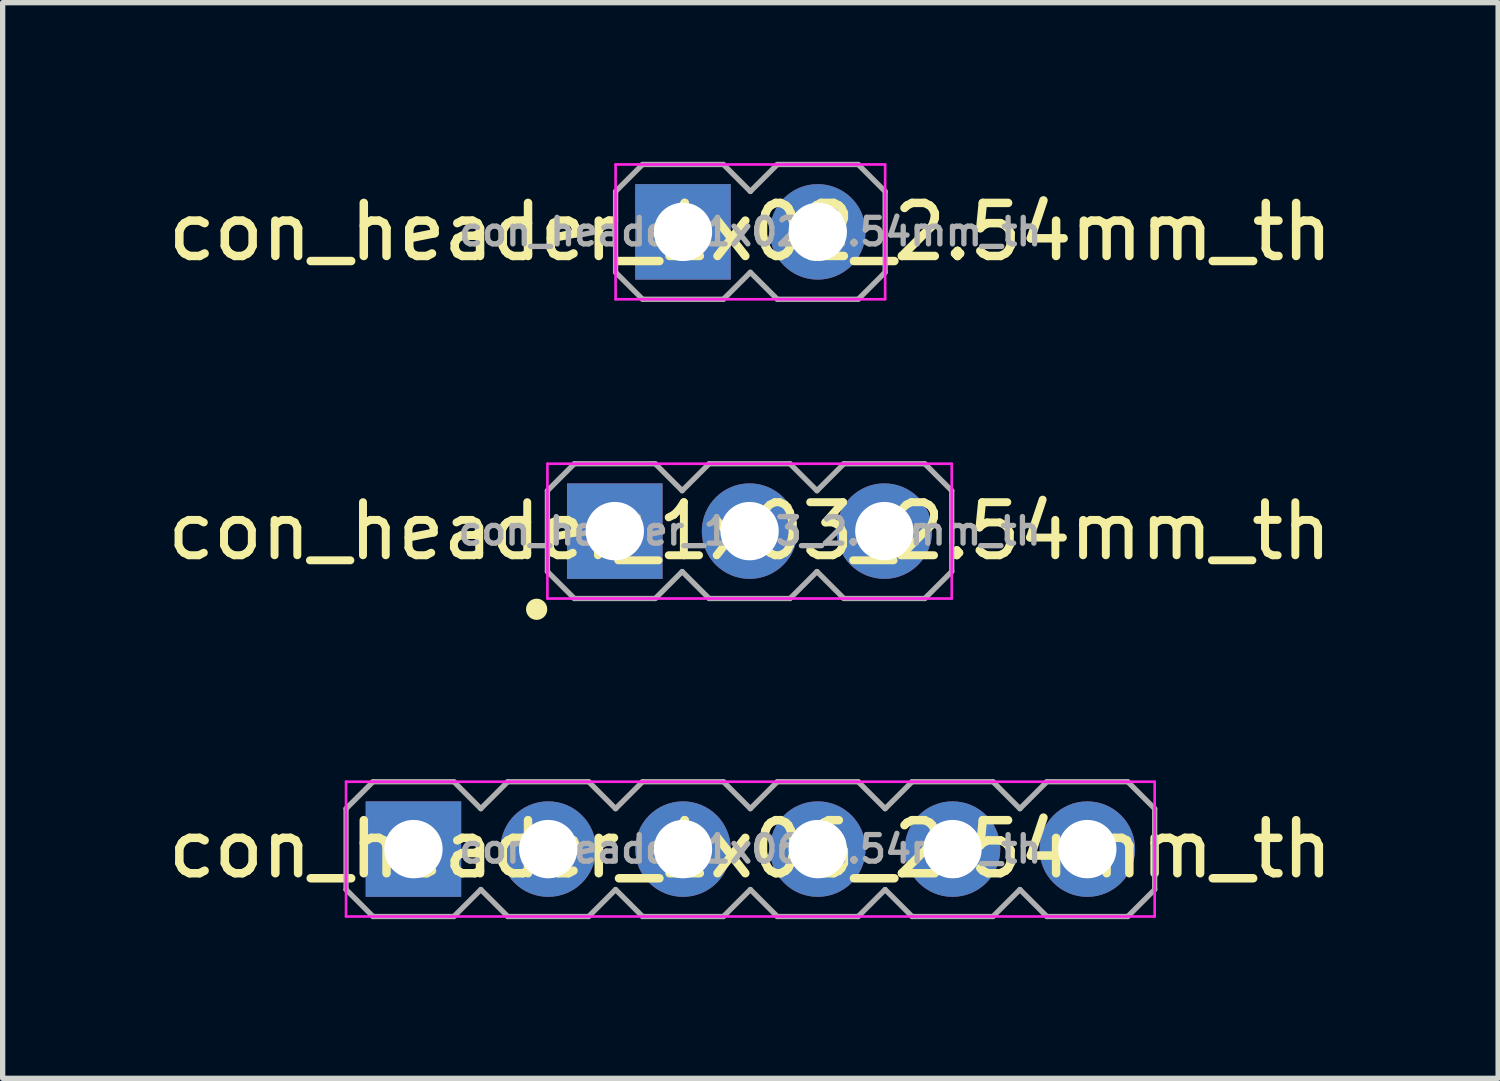
<source format=kicad_pcb>
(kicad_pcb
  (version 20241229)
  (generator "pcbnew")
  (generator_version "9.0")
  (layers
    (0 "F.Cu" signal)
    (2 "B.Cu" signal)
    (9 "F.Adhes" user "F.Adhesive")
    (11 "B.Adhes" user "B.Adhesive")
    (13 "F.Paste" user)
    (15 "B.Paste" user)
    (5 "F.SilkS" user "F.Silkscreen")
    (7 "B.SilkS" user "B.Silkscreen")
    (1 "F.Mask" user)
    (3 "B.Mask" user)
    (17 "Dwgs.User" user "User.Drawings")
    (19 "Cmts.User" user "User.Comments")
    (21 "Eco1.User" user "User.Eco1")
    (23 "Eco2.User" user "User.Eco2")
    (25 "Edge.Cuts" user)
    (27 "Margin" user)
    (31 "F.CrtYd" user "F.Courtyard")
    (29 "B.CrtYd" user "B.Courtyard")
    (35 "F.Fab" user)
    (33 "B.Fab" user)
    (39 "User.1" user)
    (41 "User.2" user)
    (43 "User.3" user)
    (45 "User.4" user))
  (footprint "con_header_1x06_2.54mm_th"
    (layer "F.Cu")
    (at 4.742 12.953)
    (property "Reference" "con_header_1x06_2.54mm_th" (at 6.35 0 0) (layer "F.SilkS") (effects (font (size 1 1) (thickness 0.16))))
    (attr through_hole exclude_from_pos_files)
    (fp_line (start -1.27 -1.27) (end -1.27 1.27) (stroke (width 0.05) (type solid)) (layer "F.CrtYd"))
    (fp_line (start -1.27 -1.27) (end 13.97 -1.27) (stroke (width 0.05) (type solid)) (layer "F.CrtYd"))
    (fp_line (start 13.97 -1.27) (end 13.97 1.27) (stroke (width 0.05) (type solid)) (layer "F.CrtYd"))
    (fp_line (start 13.97 1.27) (end -1.27 1.27) (stroke (width 0.05) (type solid)) (layer "F.CrtYd"))
    (fp_line (start -1.27 0.762) (end -1.27 -0.762) (stroke (width 0.1) (type solid)) (layer "F.Fab"))
    (fp_line (start -1.27 0.762) (end -0.762 1.27) (stroke (width 0.1) (type solid)) (layer "F.Fab"))
    (fp_line (start -0.762 -1.27) (end -1.27 -0.762) (stroke (width 0.1) (type solid)) (layer "F.Fab"))
    (fp_line (start -0.762 -1.27) (end 0.762 -1.27) (stroke (width 0.1) (type solid)) (layer "F.Fab"))
    (fp_line (start 0.762 1.27) (end -0.762 1.27) (stroke (width 0.1) (type solid)) (layer "F.Fab"))
    (fp_line (start 1.27 -0.762) (end 0.762 -1.27) (stroke (width 0.1) (type solid)) (layer "F.Fab"))
    (fp_line (start 1.27 -0.762) (end 1.778 -1.27) (stroke (width 0.1) (type solid)) (layer "F.Fab"))
    (fp_line (start 1.27 0.762) (end 0.762 1.27) (stroke (width 0.1) (type solid)) (layer "F.Fab"))
    (fp_line (start 1.27 0.762) (end 1.778 1.27) (stroke (width 0.1) (type solid)) (layer "F.Fab"))
    (fp_line (start 1.778 -1.27) (end 3.302 -1.27) (stroke (width 0.1) (type solid)) (layer "F.Fab"))
    (fp_line (start 3.302 1.27) (end 1.778 1.27) (stroke (width 0.1) (type solid)) (layer "F.Fab"))
    (fp_line (start 3.302 1.27) (end 3.81 0.762) (stroke (width 0.1) (type solid)) (layer "F.Fab"))
    (fp_line (start 3.81 -0.762) (end 3.302 -1.27) (stroke (width 0.1) (type solid)) (layer "F.Fab"))
    (fp_line (start 3.81 -0.762) (end 4.318 -1.27) (stroke (width 0.1) (type solid)) (layer "F.Fab"))
    (fp_line (start 3.81 0.762) (end 4.318 1.27) (stroke (width 0.1) (type solid)) (layer "F.Fab"))
    (fp_line (start 4.318 -1.27) (end 5.842 -1.27) (stroke (width 0.1) (type solid)) (layer "F.Fab"))
    (fp_line (start 5.842 1.27) (end 4.318 1.27) (stroke (width 0.1) (type solid)) (layer "F.Fab"))
    (fp_line (start 5.842 1.27) (end 6.35 0.762) (stroke (width 0.1) (type solid)) (layer "F.Fab"))
    (fp_line (start 6.35 -0.762) (end 5.842 -1.27) (stroke (width 0.1) (type solid)) (layer "F.Fab"))
    (fp_line (start 6.35 -0.762) (end 6.858 -1.27) (stroke (width 0.1) (type solid)) (layer "F.Fab"))
    (fp_line (start 6.35 0.762) (end 6.858 1.27) (stroke (width 0.1) (type solid)) (layer "F.Fab"))
    (fp_line (start 8.382 -1.27) (end 6.858 -1.27) (stroke (width 0.1) (type solid)) (layer "F.Fab"))
    (fp_line (start 8.382 -1.27) (end 8.89 -0.762) (stroke (width 0.1) (type solid)) (layer "F.Fab"))
    (fp_line (start 8.382 1.27) (end 6.858 1.27) (stroke (width 0.1) (type solid)) (layer "F.Fab"))
    (fp_line (start 8.382 1.27) (end 8.89 0.762) (stroke (width 0.1) (type solid)) (layer "F.Fab"))
    (fp_line (start 8.89 -0.762) (end 9.398 -1.27) (stroke (width 0.1) (type solid)) (layer "F.Fab"))
    (fp_line (start 8.89 0.762) (end 9.398 1.27) (stroke (width 0.1) (type solid)) (layer "F.Fab"))
    (fp_line (start 10.922 -1.27) (end 9.398 -1.27) (stroke (width 0.1) (type solid)) (layer "F.Fab"))
    (fp_line (start 10.922 -1.27) (end 11.43 -0.762) (stroke (width 0.1) (type solid)) (layer "F.Fab"))
    (fp_line (start 10.922 1.27) (end 9.398 1.27) (stroke (width 0.1) (type solid)) (layer "F.Fab"))
    (fp_line (start 10.922 1.27) (end 11.43 0.762) (stroke (width 0.1) (type solid)) (layer "F.Fab"))
    (fp_line (start 11.43 -0.762) (end 11.938 -1.27) (stroke (width 0.1) (type solid)) (layer "F.Fab"))
    (fp_line (start 11.43 0.762) (end 11.938 1.27) (stroke (width 0.1) (type solid)) (layer "F.Fab"))
    (fp_line (start 13.462 -1.27) (end 11.938 -1.27) (stroke (width 0.1) (type solid)) (layer "F.Fab"))
    (fp_line (start 13.462 -1.27) (end 13.97 -0.762) (stroke (width 0.1) (type solid)) (layer "F.Fab"))
    (fp_line (start 13.462 1.27) (end 11.938 1.27) (stroke (width 0.1) (type solid)) (layer "F.Fab"))
    (fp_line (start 13.462 1.27) (end 13.97 0.762) (stroke (width 0.1) (type solid)) (layer "F.Fab"))
    (fp_line (start 13.97 0.762) (end 13.97 -0.762) (stroke (width 0.1) (type solid)) (layer "F.Fab"))
    (fp_text user "${REFERENCE}" (at 6.35 0 0) (layer "F.Fab") (effects (font (size 0.5 0.5) (thickness 0.1) (bold yes))))
    (pad "1" thru_hole rect (at 0 0) (size 1.8 1.8) (drill 1.1) (layers "*.Cu" "*.Mask"))
    (pad "2" thru_hole circle (at 2.54 0) (size 1.8 1.8) (drill 1.1) (layers "*.Cu" "*.Mask"))
    (pad "3" thru_hole circle (at 5.08 0) (size 1.8 1.8) (drill 1.1) (layers "*.Cu" "*.Mask"))
    (pad "4" thru_hole circle (at 7.62 0) (size 1.8 1.8) (drill 1.1) (layers "*.Cu" "*.Mask"))
    (pad "5" thru_hole circle (at 10.16 0) (size 1.8 1.8) (drill 1.1) (layers "*.Cu" "*.Mask"))
    (pad "6" thru_hole circle (at 12.7 0) (size 1.8 1.8) (drill 1.1) (layers "*.Cu" "*.Mask")))
  (footprint "con_header_1x03_2.54mm_th"
    (layer "F.Cu")
    (at 8.537 6.96)
    (property "Reference" "con_header_1x03_2.54mm_th" (at 2.54 0 0) (layer "F.SilkS") (effects (font (size 1 1) (thickness 0.15))))
    (attr through_hole exclude_from_pos_files)
    (fp_circle (center -1.473 1.473) (end -1.373 1.473) (stroke (width 0.2) (type solid)) (fill no) (layer "F.SilkS"))
    (fp_line (start -1.27 -1.27) (end -1.27 1.27) (stroke (width 0.05) (type solid)) (layer "F.CrtYd"))
    (fp_line (start -1.27 1.27) (end 6.35 1.27) (stroke (width 0.05) (type solid)) (layer "F.CrtYd"))
    (fp_line (start 6.35 -1.27) (end -1.27 -1.27) (stroke (width 0.05) (type solid)) (layer "F.CrtYd"))
    (fp_line (start 6.35 1.27) (end 6.35 -1.27) (stroke (width 0.05) (type solid)) (layer "F.CrtYd"))
    (fp_line (start -1.27 0.762) (end -1.27 -0.762) (stroke (width 0.1) (type solid)) (layer "F.Fab"))
    (fp_line (start -1.27 0.762) (end -0.762 1.27) (stroke (width 0.1) (type solid)) (layer "F.Fab"))
    (fp_line (start -0.762 -1.27) (end -1.27 -0.762) (stroke (width 0.1) (type solid)) (layer "F.Fab"))
    (fp_line (start -0.762 -1.27) (end 0.762 -1.27) (stroke (width 0.1) (type solid)) (layer "F.Fab"))
    (fp_line (start 0.762 1.27) (end -0.762 1.27) (stroke (width 0.1) (type solid)) (layer "F.Fab"))
    (fp_line (start 1.27 -0.762) (end 0.762 -1.27) (stroke (width 0.1) (type solid)) (layer "F.Fab"))
    (fp_line (start 1.27 -0.762) (end 1.778 -1.27) (stroke (width 0.1) (type solid)) (layer "F.Fab"))
    (fp_line (start 1.27 0.762) (end 0.762 1.27) (stroke (width 0.1) (type solid)) (layer "F.Fab"))
    (fp_line (start 1.27 0.762) (end 1.778 1.27) (stroke (width 0.1) (type solid)) (layer "F.Fab"))
    (fp_line (start 1.778 -1.27) (end 3.302 -1.27) (stroke (width 0.1) (type solid)) (layer "F.Fab"))
    (fp_line (start 3.302 1.27) (end 1.778 1.27) (stroke (width 0.1) (type solid)) (layer "F.Fab"))
    (fp_line (start 3.302 1.27) (end 3.81 0.762) (stroke (width 0.1) (type solid)) (layer "F.Fab"))
    (fp_line (start 3.81 -0.762) (end 3.302 -1.27) (stroke (width 0.1) (type solid)) (layer "F.Fab"))
    (fp_line (start 3.81 -0.762) (end 4.318 -1.27) (stroke (width 0.1) (type solid)) (layer "F.Fab"))
    (fp_line (start 3.81 0.762) (end 4.318 1.27) (stroke (width 0.1) (type solid)) (layer "F.Fab"))
    (fp_line (start 4.318 -1.27) (end 5.842 -1.27) (stroke (width 0.1) (type solid)) (layer "F.Fab"))
    (fp_line (start 5.842 1.27) (end 4.318 1.27) (stroke (width 0.1) (type solid)) (layer "F.Fab"))
    (fp_line (start 5.842 1.27) (end 6.35 0.762) (stroke (width 0.1) (type solid)) (layer "F.Fab"))
    (fp_line (start 6.35 -0.762) (end 5.842 -1.27) (stroke (width 0.1) (type solid)) (layer "F.Fab"))
    (fp_line (start 6.35 -0.762) (end 6.35 0.762) (stroke (width 0.1) (type solid)) (layer "F.Fab"))
    (fp_text user "${REFERENCE}" (at 2.54 0 0) (layer "F.Fab") (effects (font (size 0.5 0.5) (thickness 0.1) (bold yes))))
    (pad "1" thru_hole rect (at 0 0) (size 1.8 1.8) (drill 1.1) (layers "*.Cu" "*.Mask"))
    (pad "2" thru_hole circle (at 2.54 0) (size 1.8 1.8) (drill 1.1) (layers "*.Cu" "*.Mask"))
    (pad "3" thru_hole circle (at 5.08 0) (size 1.8 1.8) (drill 1.1) (layers "*.Cu" "*.Mask")))
  (footprint "con_header_1x02_2.54mm_th"
    (layer "F.Cu")
    (at 9.822 1.32)
    (property "Reference" "con_header_1x02_2.54mm_th" (at 1.27 0 0) (layer "F.SilkS") (effects (font (size 1 1) (thickness 0.16))))
    (attr through_hole exclude_from_pos_files)
    (fp_line (start -1.27 -1.27) (end -1.27 1.27) (stroke (width 0.05) (type solid)) (layer "F.CrtYd"))
    (fp_line (start -1.27 1.27) (end 3.81 1.27) (stroke (width 0.05) (type solid)) (layer "F.CrtYd"))
    (fp_line (start 3.81 -1.27) (end -1.27 -1.27) (stroke (width 0.05) (type solid)) (layer "F.CrtYd"))
    (fp_line (start 3.81 1.27) (end 3.81 -1.27) (stroke (width 0.05) (type solid)) (layer "F.CrtYd"))
    (fp_line (start -1.27 0.762) (end -1.27 -0.762) (stroke (width 0.1) (type solid)) (layer "F.Fab"))
    (fp_line (start -1.27 0.762) (end -0.762 1.27) (stroke (width 0.1) (type solid)) (layer "F.Fab"))
    (fp_line (start -0.762 -1.27) (end -1.27 -0.762) (stroke (width 0.1) (type solid)) (layer "F.Fab"))
    (fp_line (start -0.762 -1.27) (end 0.762 -1.27) (stroke (width 0.1) (type solid)) (layer "F.Fab"))
    (fp_line (start 0.762 1.27) (end -0.762 1.27) (stroke (width 0.1) (type solid)) (layer "F.Fab"))
    (fp_line (start 1.27 -0.762) (end 0.762 -1.27) (stroke (width 0.1) (type solid)) (layer "F.Fab"))
    (fp_line (start 1.27 -0.762) (end 1.778 -1.27) (stroke (width 0.1) (type solid)) (layer "F.Fab"))
    (fp_line (start 1.27 0.762) (end 0.762 1.27) (stroke (width 0.1) (type solid)) (layer "F.Fab"))
    (fp_line (start 1.27 0.762) (end 1.778 1.27) (stroke (width 0.1) (type solid)) (layer "F.Fab"))
    (fp_line (start 1.778 -1.27) (end 3.302 -1.27) (stroke (width 0.1) (type solid)) (layer "F.Fab"))
    (fp_line (start 3.302 1.27) (end 1.778 1.27) (stroke (width 0.1) (type solid)) (layer "F.Fab"))
    (fp_line (start 3.302 1.27) (end 3.81 0.762) (stroke (width 0.1) (type solid)) (layer "F.Fab"))
    (fp_line (start 3.81 -0.762) (end 3.302 -1.27) (stroke (width 0.1) (type solid)) (layer "F.Fab"))
    (fp_line (start 3.81 -0.762) (end 3.81 0.762) (stroke (width 0.1) (type solid)) (layer "F.Fab"))
    (fp_text user "${REFERENCE}" (at 1.27 0 0) (layer "F.Fab") (effects (font (size 0.5 0.5) (thickness 0.1) (bold yes))))
    (pad "1" thru_hole rect (at 0 0) (size 1.8 1.8) (drill 1.1) (layers "*.Cu" "*.Mask"))
    (pad "2" thru_hole circle (at 2.54 0) (size 1.8 1.8) (drill 1.1) (layers "*.Cu" "*.Mask")))
  (gr_rect
    (start -3 -3)
    (end 25.185 17.273)
    (stroke (width 0.1) (type default))
    (fill no)
    (layer "Edge.Cuts")))
</source>
